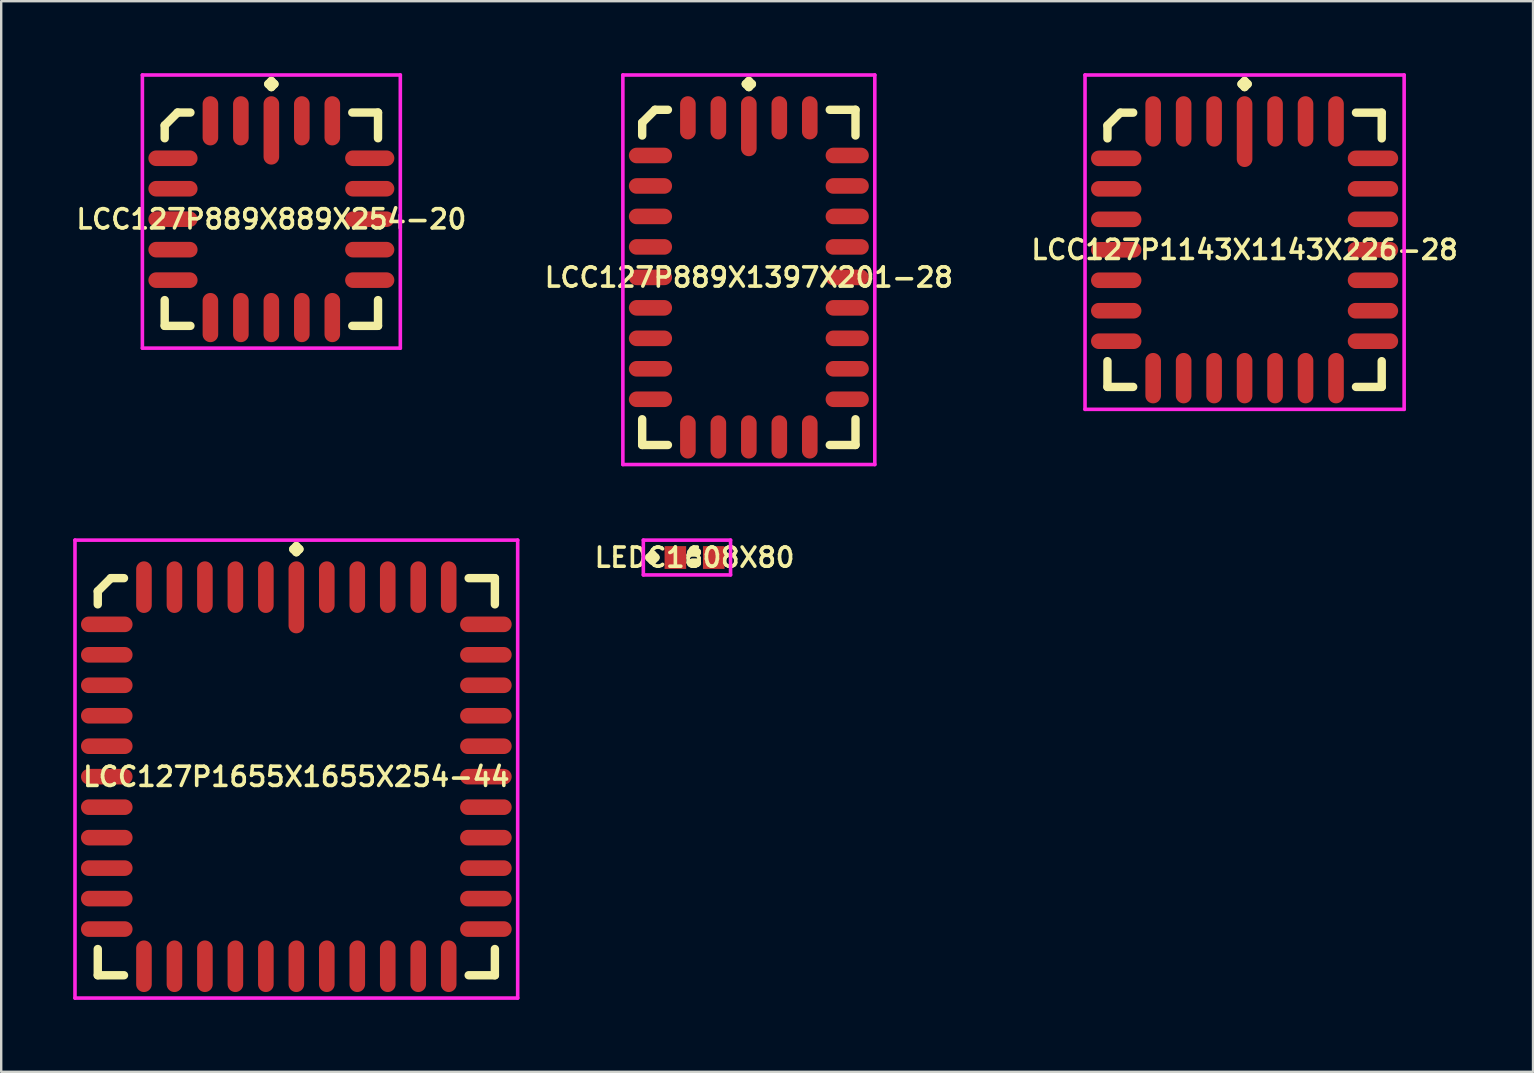
<source format=kicad_pcb>
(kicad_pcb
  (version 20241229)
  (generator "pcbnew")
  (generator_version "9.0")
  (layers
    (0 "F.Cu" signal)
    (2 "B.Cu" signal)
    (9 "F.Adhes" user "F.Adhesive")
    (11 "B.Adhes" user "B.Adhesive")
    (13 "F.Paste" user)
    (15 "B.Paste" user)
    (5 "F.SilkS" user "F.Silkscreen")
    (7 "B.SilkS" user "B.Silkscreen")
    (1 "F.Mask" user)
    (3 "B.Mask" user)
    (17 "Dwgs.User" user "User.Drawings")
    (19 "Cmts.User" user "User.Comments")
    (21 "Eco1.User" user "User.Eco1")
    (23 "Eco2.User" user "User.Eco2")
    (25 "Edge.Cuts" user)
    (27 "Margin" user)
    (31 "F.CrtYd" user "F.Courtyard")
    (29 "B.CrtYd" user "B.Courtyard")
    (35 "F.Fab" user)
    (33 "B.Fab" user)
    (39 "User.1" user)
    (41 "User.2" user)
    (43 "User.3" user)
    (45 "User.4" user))
  (footprint "LCC127P889X1397X201-28"
    (layer "F.Cu")
    (at 28.159 8.51)
    (property "Reference" "LCC127P889X1397X201-28" (at 0 0 0) (layer "F.SilkS") (effects (font (size 0.8 0.8) (thickness 0.15))))
    (attr through_hole)
    (fp_line (start -4.445 -6.449) (end -3.909 -6.985) (stroke (width 0.35) (type solid)) (layer "F.SilkS"))
    (fp_line (start -4.445 -5.913) (end -4.445 -6.449) (stroke (width 0.35) (type solid)) (layer "F.SilkS"))
    (fp_line (start -4.445 5.913) (end -4.445 6.985) (stroke (width 0.35) (type solid)) (layer "F.SilkS"))
    (fp_line (start -4.445 6.985) (end -3.373 6.985) (stroke (width 0.35) (type solid)) (layer "F.SilkS"))
    (fp_line (start -3.909 -6.985) (end -3.373 -6.985) (stroke (width 0.35) (type solid)) (layer "F.SilkS"))
    (fp_line (start -0.127 -8.058) (end 0 -8.185) (stroke (width 0.35) (type solid)) (layer "F.SilkS"))
    (fp_line (start 0 -8.185) (end 0.127 -8.058) (stroke (width 0.35) (type solid)) (layer "F.SilkS"))
    (fp_line (start 0 -7.931) (end -0.127 -8.058) (stroke (width 0.35) (type solid)) (layer "F.SilkS"))
    (fp_line (start 0.127 -8.058) (end 0 -7.931) (stroke (width 0.35) (type solid)) (layer "F.SilkS"))
    (fp_line (start 4.445 -6.985) (end 3.373 -6.985) (stroke (width 0.35) (type solid)) (layer "F.SilkS"))
    (fp_line (start 4.445 -5.913) (end 4.445 -6.985) (stroke (width 0.35) (type solid)) (layer "F.SilkS"))
    (fp_line (start 4.445 5.913) (end 4.445 6.985) (stroke (width 0.35) (type solid)) (layer "F.SilkS"))
    (fp_line (start 4.445 6.985) (end 3.373 6.985) (stroke (width 0.35) (type solid)) (layer "F.SilkS"))
    (fp_line (start -5.25 -8.435) (end 5.25 -8.435) (stroke (width 0.15) (type solid)) (layer "F.CrtYd"))
    (fp_line (start -5.25 7.8) (end -5.25 -8.435) (stroke (width 0.15) (type solid)) (layer "F.CrtYd"))
    (fp_line (start 5.25 -8.435) (end 5.25 7.8) (stroke (width 0.15) (type solid)) (layer "F.CrtYd"))
    (fp_line (start 5.25 7.8) (end -5.25 7.8) (stroke (width 0.15) (type solid)) (layer "F.CrtYd"))
    (pad "1" smd oval (at 0 -6.3) (size 0.65 2.5) (layers "F.Cu" "F.Mask" "F.Paste"))
    (pad "2" smd oval (at -1.27 -6.65) (size 0.65 1.8) (layers "F.Cu" "F.Mask" "F.Paste"))
    (pad "3" smd oval (at -2.54 -6.65) (size 0.65 1.8) (layers "F.Cu" "F.Mask" "F.Paste"))
    (pad "4" smd oval (at -4.1 -5.08) (size 1.8 0.65) (layers "F.Cu" "F.Mask" "F.Paste"))
    (pad "5" smd oval (at -4.1 -3.81) (size 1.8 0.65) (layers "F.Cu" "F.Mask" "F.Paste"))
    (pad "6" smd oval (at -4.1 -2.54) (size 1.8 0.65) (layers "F.Cu" "F.Mask" "F.Paste"))
    (pad "7" smd oval (at -4.1 -1.27) (size 1.8 0.65) (layers "F.Cu" "F.Mask" "F.Paste"))
    (pad "8" smd oval (at -4.1 0) (size 1.8 0.65) (layers "F.Cu" "F.Mask" "F.Paste"))
    (pad "9" smd oval (at -4.1 1.27) (size 1.8 0.65) (layers "F.Cu" "F.Mask" "F.Paste"))
    (pad "10" smd oval (at -4.1 2.54) (size 1.8 0.65) (layers "F.Cu" "F.Mask" "F.Paste"))
    (pad "11" smd oval (at -4.1 3.81) (size 1.8 0.65) (layers "F.Cu" "F.Mask" "F.Paste"))
    (pad "12" smd oval (at -4.1 5.08) (size 1.8 0.65) (layers "F.Cu" "F.Mask" "F.Paste"))
    (pad "13" smd oval (at -2.54 6.65) (size 0.65 1.8) (layers "F.Cu" "F.Mask" "F.Paste"))
    (pad "14" smd oval (at -1.27 6.65) (size 0.65 1.8) (layers "F.Cu" "F.Mask" "F.Paste"))
    (pad "15" smd oval (at 0 6.65) (size 0.65 1.8) (layers "F.Cu" "F.Mask" "F.Paste"))
    (pad "16" smd oval (at 1.27 6.65) (size 0.65 1.8) (layers "F.Cu" "F.Mask" "F.Paste"))
    (pad "17" smd oval (at 2.54 6.65) (size 0.65 1.8) (layers "F.Cu" "F.Mask" "F.Paste"))
    (pad "18" smd oval (at 4.1 5.08) (size 1.8 0.65) (layers "F.Cu" "F.Mask" "F.Paste"))
    (pad "19" smd oval (at 4.1 3.81) (size 1.8 0.65) (layers "F.Cu" "F.Mask" "F.Paste"))
    (pad "20" smd oval (at 4.1 2.54) (size 1.8 0.65) (layers "F.Cu" "F.Mask" "F.Paste"))
    (pad "21" smd oval (at 4.1 1.27) (size 1.8 0.65) (layers "F.Cu" "F.Mask" "F.Paste"))
    (pad "22" smd oval (at 4.1 0) (size 1.8 0.65) (layers "F.Cu" "F.Mask" "F.Paste"))
    (pad "23" smd oval (at 4.1 -1.27) (size 1.8 0.65) (layers "F.Cu" "F.Mask" "F.Paste"))
    (pad "24" smd oval (at 4.1 -2.54) (size 1.8 0.65) (layers "F.Cu" "F.Mask" "F.Paste"))
    (pad "25" smd oval (at 4.1 -3.81) (size 1.8 0.65) (layers "F.Cu" "F.Mask" "F.Paste"))
    (pad "26" smd oval (at 4.1 -5.08) (size 1.8 0.65) (layers "F.Cu" "F.Mask" "F.Paste"))
    (pad "27" smd oval (at 2.54 -6.65) (size 0.65 1.8) (layers "F.Cu" "F.Mask" "F.Paste"))
    (pad "28" smd oval (at 1.27 -6.65) (size 0.65 1.8) (layers "F.Cu" "F.Mask" "F.Paste")))
  (footprint "LEDC1608X80"
    (layer "F.Cu")
    (at 25.897 20.185)
    (property "Reference" "LEDC1608X80" (at 0 0 0) (layer "F.SilkS") (effects (font (size 0.8 0.8) (thickness 0.15))))
    (attr smd)
    (fp_line (start -1.885 0) (end -1.758 -0.127) (stroke (width 0.35) (type solid)) (layer "F.SilkS"))
    (fp_line (start -1.758 -0.127) (end -1.631 0) (stroke (width 0.35) (type solid)) (layer "F.SilkS"))
    (fp_line (start -1.758 0.127) (end -1.885 0) (stroke (width 0.35) (type solid)) (layer "F.SilkS"))
    (fp_line (start -1.631 0) (end -1.758 0.127) (stroke (width 0.35) (type solid)) (layer "F.SilkS"))
    (fp_line (start -0.096 -0.221) (end 0.096 -0.221) (stroke (width 0.35) (type solid)) (layer "F.SilkS"))
    (fp_line (start -0.096 0.221) (end 0.096 0.221) (stroke (width 0.35) (type solid)) (layer "F.SilkS"))
    (fp_line (start 0.096 -0.221) (end -0.096 -0.221) (stroke (width 0.35) (type solid)) (layer "F.SilkS"))
    (fp_line (start 0.096 0.221) (end -0.096 0.221) (stroke (width 0.35) (type solid)) (layer "F.SilkS"))
    (fp_line (start -2.135 -0.725) (end 1.5 -0.725) (stroke (width 0.15) (type solid)) (layer "F.CrtYd"))
    (fp_line (start -2.135 0.725) (end -2.135 -0.725) (stroke (width 0.15) (type solid)) (layer "F.CrtYd"))
    (fp_line (start 1.5 -0.725) (end 1.5 0.725) (stroke (width 0.15) (type solid)) (layer "F.CrtYd"))
    (fp_line (start 1.5 0.725) (end -2.135 0.725) (stroke (width 0.15) (type solid)) (layer "F.CrtYd"))
    (pad "1" smd rect (at -0.8 0) (size 0.9 0.95) (layers "F.Cu" "F.Mask" "F.Paste"))
    (pad "2" smd rect (at 0.8 0) (size 0.9 0.95) (layers "F.Cu" "F.Mask" "F.Paste")))
  (footprint "LCC127P1655X1655X254-44"
    (layer "F.Cu")
    (at 9.3 29.32)
    (property "Reference" "LCC127P1655X1655X254-44" (at 0 0 0) (layer "F.SilkS") (effects (font (size 0.8 0.8) (thickness 0.15))))
    (attr smd)
    (fp_line (start -8.275 -7.729) (end -7.729 -8.275) (stroke (width 0.35) (type solid)) (layer "F.SilkS"))
    (fp_line (start -8.275 -7.183) (end -8.275 -7.729) (stroke (width 0.35) (type solid)) (layer "F.SilkS"))
    (fp_line (start -8.275 7.183) (end -8.275 8.275) (stroke (width 0.35) (type solid)) (layer "F.SilkS"))
    (fp_line (start -8.275 8.275) (end -7.183 8.275) (stroke (width 0.35) (type solid)) (layer "F.SilkS"))
    (fp_line (start -7.729 -8.275) (end -7.183 -8.275) (stroke (width 0.35) (type solid)) (layer "F.SilkS"))
    (fp_line (start -0.127 -9.483) (end 0 -9.61) (stroke (width 0.35) (type solid)) (layer "F.SilkS"))
    (fp_line (start 0 -9.61) (end 0.127 -9.483) (stroke (width 0.35) (type solid)) (layer "F.SilkS"))
    (fp_line (start 0 -9.356) (end -0.127 -9.483) (stroke (width 0.35) (type solid)) (layer "F.SilkS"))
    (fp_line (start 0.127 -9.483) (end 0 -9.356) (stroke (width 0.35) (type solid)) (layer "F.SilkS"))
    (fp_line (start 8.275 -8.275) (end 7.183 -8.275) (stroke (width 0.35) (type solid)) (layer "F.SilkS"))
    (fp_line (start 8.275 -7.183) (end 8.275 -8.275) (stroke (width 0.35) (type solid)) (layer "F.SilkS"))
    (fp_line (start 8.275 7.183) (end 8.275 8.275) (stroke (width 0.35) (type solid)) (layer "F.SilkS"))
    (fp_line (start 8.275 8.275) (end 7.183 8.275) (stroke (width 0.35) (type solid)) (layer "F.SilkS"))
    (fp_line (start -9.225 -9.86) (end 9.225 -9.86) (stroke (width 0.15) (type solid)) (layer "F.CrtYd"))
    (fp_line (start -9.225 9.225) (end -9.225 -9.86) (stroke (width 0.15) (type solid)) (layer "F.CrtYd"))
    (fp_line (start 9.225 -9.86) (end 9.225 9.225) (stroke (width 0.15) (type solid)) (layer "F.CrtYd"))
    (fp_line (start 9.225 9.225) (end -9.225 9.225) (stroke (width 0.15) (type solid)) (layer "F.CrtYd"))
    (pad "1" smd oval (at 0 -7.475) (size 0.65 3) (layers "F.Cu" "F.Mask" "F.Paste"))
    (pad "2" smd oval (at -1.27 -7.9) (size 0.65 2.15) (layers "F.Cu" "F.Mask" "F.Paste"))
    (pad "3" smd oval (at -2.54 -7.9) (size 0.65 2.15) (layers "F.Cu" "F.Mask" "F.Paste"))
    (pad "4" smd oval (at -3.81 -7.9) (size 0.65 2.15) (layers "F.Cu" "F.Mask" "F.Paste"))
    (pad "5" smd oval (at -5.08 -7.9) (size 0.65 2.15) (layers "F.Cu" "F.Mask" "F.Paste"))
    (pad "6" smd oval (at -6.35 -7.9) (size 0.65 2.15) (layers "F.Cu" "F.Mask" "F.Paste"))
    (pad "7" smd oval (at -7.9 -6.35) (size 2.15 0.65) (layers "F.Cu" "F.Mask" "F.Paste"))
    (pad "8" smd oval (at -7.9 -5.08) (size 2.15 0.65) (layers "F.Cu" "F.Mask" "F.Paste"))
    (pad "9" smd oval (at -7.9 -3.81) (size 2.15 0.65) (layers "F.Cu" "F.Mask" "F.Paste"))
    (pad "10" smd oval (at -7.9 -2.54) (size 2.15 0.65) (layers "F.Cu" "F.Mask" "F.Paste"))
    (pad "11" smd oval (at -7.9 -1.27) (size 2.15 0.65) (layers "F.Cu" "F.Mask" "F.Paste"))
    (pad "12" smd oval (at -7.9 0) (size 2.15 0.65) (layers "F.Cu" "F.Mask" "F.Paste"))
    (pad "13" smd oval (at -7.9 1.27) (size 2.15 0.65) (layers "F.Cu" "F.Mask" "F.Paste"))
    (pad "14" smd oval (at -7.9 2.54) (size 2.15 0.65) (layers "F.Cu" "F.Mask" "F.Paste"))
    (pad "15" smd oval (at -7.9 3.81) (size 2.15 0.65) (layers "F.Cu" "F.Mask" "F.Paste"))
    (pad "16" smd oval (at -7.9 5.08) (size 2.15 0.65) (layers "F.Cu" "F.Mask" "F.Paste"))
    (pad "17" smd oval (at -7.9 6.35) (size 2.15 0.65) (layers "F.Cu" "F.Mask" "F.Paste"))
    (pad "18" smd oval (at -6.35 7.9) (size 0.65 2.15) (layers "F.Cu" "F.Mask" "F.Paste"))
    (pad "19" smd oval (at -5.08 7.9) (size 0.65 2.15) (layers "F.Cu" "F.Mask" "F.Paste"))
    (pad "20" smd oval (at -3.81 7.9) (size 0.65 2.15) (layers "F.Cu" "F.Mask" "F.Paste"))
    (pad "21" smd oval (at -2.54 7.9) (size 0.65 2.15) (layers "F.Cu" "F.Mask" "F.Paste"))
    (pad "22" smd oval (at -1.27 7.9) (size 0.65 2.15) (layers "F.Cu" "F.Mask" "F.Paste"))
    (pad "23" smd oval (at 0 7.9) (size 0.65 2.15) (layers "F.Cu" "F.Mask" "F.Paste"))
    (pad "24" smd oval (at 1.27 7.9) (size 0.65 2.15) (layers "F.Cu" "F.Mask" "F.Paste"))
    (pad "25" smd oval (at 2.54 7.9) (size 0.65 2.15) (layers "F.Cu" "F.Mask" "F.Paste"))
    (pad "26" smd oval (at 3.81 7.9) (size 0.65 2.15) (layers "F.Cu" "F.Mask" "F.Paste"))
    (pad "27" smd oval (at 5.08 7.9) (size 0.65 2.15) (layers "F.Cu" "F.Mask" "F.Paste"))
    (pad "28" smd oval (at 6.35 7.9) (size 0.65 2.15) (layers "F.Cu" "F.Mask" "F.Paste"))
    (pad "29" smd oval (at 7.9 6.35) (size 2.15 0.65) (layers "F.Cu" "F.Mask" "F.Paste"))
    (pad "30" smd oval (at 7.9 5.08) (size 2.15 0.65) (layers "F.Cu" "F.Mask" "F.Paste"))
    (pad "31" smd oval (at 7.9 3.81) (size 2.15 0.65) (layers "F.Cu" "F.Mask" "F.Paste"))
    (pad "32" smd oval (at 7.9 2.54) (size 2.15 0.65) (layers "F.Cu" "F.Mask" "F.Paste"))
    (pad "33" smd oval (at 7.9 1.27) (size 2.15 0.65) (layers "F.Cu" "F.Mask" "F.Paste"))
    (pad "34" smd oval (at 7.9 0) (size 2.15 0.65) (layers "F.Cu" "F.Mask" "F.Paste"))
    (pad "35" smd oval (at 7.9 -1.27) (size 2.15 0.65) (layers "F.Cu" "F.Mask" "F.Paste"))
    (pad "36" smd oval (at 7.9 -2.54) (size 2.15 0.65) (layers "F.Cu" "F.Mask" "F.Paste"))
    (pad "37" smd oval (at 7.9 -3.81) (size 2.15 0.65) (layers "F.Cu" "F.Mask" "F.Paste"))
    (pad "38" smd oval (at 7.9 -5.08) (size 2.15 0.65) (layers "F.Cu" "F.Mask" "F.Paste"))
    (pad "39" smd oval (at 7.9 -6.35) (size 2.15 0.65) (layers "F.Cu" "F.Mask" "F.Paste"))
    (pad "40" smd oval (at 6.35 -7.9) (size 0.65 2.15) (layers "F.Cu" "F.Mask" "F.Paste"))
    (pad "41" smd oval (at 5.08 -7.9) (size 0.65 2.15) (layers "F.Cu" "F.Mask" "F.Paste"))
    (pad "42" smd oval (at 3.81 -7.9) (size 0.65 2.15) (layers "F.Cu" "F.Mask" "F.Paste"))
    (pad "43" smd oval (at 2.54 -7.9) (size 0.65 2.15) (layers "F.Cu" "F.Mask" "F.Paste"))
    (pad "44" smd oval (at 1.27 -7.9) (size 0.65 2.15) (layers "F.Cu" "F.Mask" "F.Paste")))
  (footprint "LCC127P1143X1143X226-28"
    (layer "F.Cu")
    (at 48.82 7.36)
    (property "Reference" "LCC127P1143X1143X226-28" (at 0 0 0) (layer "F.SilkS") (effects (font (size 0.8 0.8) (thickness 0.15))))
    (attr smd)
    (fp_line (start -5.715 -5.179) (end -5.179 -5.715) (stroke (width 0.35) (type solid)) (layer "F.SilkS"))
    (fp_line (start -5.715 -4.643) (end -5.715 -5.179) (stroke (width 0.35) (type solid)) (layer "F.SilkS"))
    (fp_line (start -5.715 4.643) (end -5.715 5.715) (stroke (width 0.35) (type solid)) (layer "F.SilkS"))
    (fp_line (start -5.715 5.715) (end -4.643 5.715) (stroke (width 0.35) (type solid)) (layer "F.SilkS"))
    (fp_line (start -5.179 -5.715) (end -4.643 -5.715) (stroke (width 0.35) (type solid)) (layer "F.SilkS"))
    (fp_line (start -0.127 -6.908) (end 0 -7.035) (stroke (width 0.35) (type solid)) (layer "F.SilkS"))
    (fp_line (start 0 -7.035) (end 0.127 -6.908) (stroke (width 0.35) (type solid)) (layer "F.SilkS"))
    (fp_line (start 0 -6.781) (end -0.127 -6.908) (stroke (width 0.35) (type solid)) (layer "F.SilkS"))
    (fp_line (start 0.127 -6.908) (end 0 -6.781) (stroke (width 0.35) (type solid)) (layer "F.SilkS"))
    (fp_line (start 5.715 -5.715) (end 4.643 -5.715) (stroke (width 0.35) (type solid)) (layer "F.SilkS"))
    (fp_line (start 5.715 -4.643) (end 5.715 -5.715) (stroke (width 0.35) (type solid)) (layer "F.SilkS"))
    (fp_line (start 5.715 4.643) (end 5.715 5.715) (stroke (width 0.35) (type solid)) (layer "F.SilkS"))
    (fp_line (start 5.715 5.715) (end 4.643 5.715) (stroke (width 0.35) (type solid)) (layer "F.SilkS"))
    (fp_line (start -6.65 -7.285) (end 6.65 -7.285) (stroke (width 0.15) (type solid)) (layer "F.CrtYd"))
    (fp_line (start -6.65 6.65) (end -6.65 -7.285) (stroke (width 0.15) (type solid)) (layer "F.CrtYd"))
    (fp_line (start 6.65 -7.285) (end 6.65 6.65) (stroke (width 0.15) (type solid)) (layer "F.CrtYd"))
    (fp_line (start 6.65 6.65) (end -6.65 6.65) (stroke (width 0.15) (type solid)) (layer "F.CrtYd"))
    (pad "1" smd oval (at 0 -4.925) (size 0.65 2.95) (layers "F.Cu" "F.Mask" "F.Paste"))
    (pad "2" smd oval (at -1.27 -5.35) (size 0.65 2.1) (layers "F.Cu" "F.Mask" "F.Paste"))
    (pad "3" smd oval (at -2.54 -5.35) (size 0.65 2.1) (layers "F.Cu" "F.Mask" "F.Paste"))
    (pad "4" smd oval (at -3.81 -5.35) (size 0.65 2.1) (layers "F.Cu" "F.Mask" "F.Paste"))
    (pad "5" smd oval (at -5.35 -3.81) (size 2.1 0.65) (layers "F.Cu" "F.Mask" "F.Paste"))
    (pad "6" smd oval (at -5.35 -2.54) (size 2.1 0.65) (layers "F.Cu" "F.Mask" "F.Paste"))
    (pad "7" smd oval (at -5.35 -1.27) (size 2.1 0.65) (layers "F.Cu" "F.Mask" "F.Paste"))
    (pad "8" smd oval (at -5.35 0) (size 2.1 0.65) (layers "F.Cu" "F.Mask" "F.Paste"))
    (pad "9" smd oval (at -5.35 1.27) (size 2.1 0.65) (layers "F.Cu" "F.Mask" "F.Paste"))
    (pad "10" smd oval (at -5.35 2.54) (size 2.1 0.65) (layers "F.Cu" "F.Mask" "F.Paste"))
    (pad "11" smd oval (at -5.35 3.81) (size 2.1 0.65) (layers "F.Cu" "F.Mask" "F.Paste"))
    (pad "12" smd oval (at -3.81 5.35) (size 0.65 2.1) (layers "F.Cu" "F.Mask" "F.Paste"))
    (pad "13" smd oval (at -2.54 5.35) (size 0.65 2.1) (layers "F.Cu" "F.Mask" "F.Paste"))
    (pad "14" smd oval (at -1.27 5.35) (size 0.65 2.1) (layers "F.Cu" "F.Mask" "F.Paste"))
    (pad "15" smd oval (at 0 5.35) (size 0.65 2.1) (layers "F.Cu" "F.Mask" "F.Paste"))
    (pad "16" smd oval (at 1.27 5.35) (size 0.65 2.1) (layers "F.Cu" "F.Mask" "F.Paste"))
    (pad "17" smd oval (at 2.54 5.35) (size 0.65 2.1) (layers "F.Cu" "F.Mask" "F.Paste"))
    (pad "18" smd oval (at 3.81 5.35) (size 0.65 2.1) (layers "F.Cu" "F.Mask" "F.Paste"))
    (pad "19" smd oval (at 5.35 3.81) (size 2.1 0.65) (layers "F.Cu" "F.Mask" "F.Paste"))
    (pad "20" smd oval (at 5.35 2.54) (size 2.1 0.65) (layers "F.Cu" "F.Mask" "F.Paste"))
    (pad "21" smd oval (at 5.35 1.27) (size 2.1 0.65) (layers "F.Cu" "F.Mask" "F.Paste"))
    (pad "22" smd oval (at 5.35 0) (size 2.1 0.65) (layers "F.Cu" "F.Mask" "F.Paste"))
    (pad "23" smd oval (at 5.35 -1.27) (size 2.1 0.65) (layers "F.Cu" "F.Mask" "F.Paste"))
    (pad "24" smd oval (at 5.35 -2.54) (size 2.1 0.65) (layers "F.Cu" "F.Mask" "F.Paste"))
    (pad "25" smd oval (at 5.35 -3.81) (size 2.1 0.65) (layers "F.Cu" "F.Mask" "F.Paste"))
    (pad "26" smd oval (at 3.81 -5.35) (size 0.65 2.1) (layers "F.Cu" "F.Mask" "F.Paste"))
    (pad "27" smd oval (at 2.54 -5.35) (size 0.65 2.1) (layers "F.Cu" "F.Mask" "F.Paste"))
    (pad "28" smd oval (at 1.27 -5.35) (size 0.65 2.1) (layers "F.Cu" "F.Mask" "F.Paste")))
  (footprint "LCC127P889X889X254-20"
    (layer "F.Cu")
    (at 8.259 6.085)
    (property "Reference" "LCC127P889X889X254-20" (at 0 0 0) (layer "F.SilkS") (effects (font (size 0.8 0.8) (thickness 0.15))))
    (attr smd)
    (fp_line (start -4.445 -3.909) (end -3.909 -4.445) (stroke (width 0.35) (type solid)) (layer "F.SilkS"))
    (fp_line (start -4.445 -3.373) (end -4.445 -3.909) (stroke (width 0.35) (type solid)) (layer "F.SilkS"))
    (fp_line (start -4.445 3.373) (end -4.445 4.445) (stroke (width 0.35) (type solid)) (layer "F.SilkS"))
    (fp_line (start -4.445 4.445) (end -3.373 4.445) (stroke (width 0.35) (type solid)) (layer "F.SilkS"))
    (fp_line (start -3.909 -4.445) (end -3.373 -4.445) (stroke (width 0.35) (type solid)) (layer "F.SilkS"))
    (fp_line (start -0.127 -5.633) (end 0 -5.76) (stroke (width 0.35) (type solid)) (layer "F.SilkS"))
    (fp_line (start 0 -5.76) (end 0.127 -5.633) (stroke (width 0.35) (type solid)) (layer "F.SilkS"))
    (fp_line (start 0 -5.506) (end -0.127 -5.633) (stroke (width 0.35) (type solid)) (layer "F.SilkS"))
    (fp_line (start 0.127 -5.633) (end 0 -5.506) (stroke (width 0.35) (type solid)) (layer "F.SilkS"))
    (fp_line (start 4.445 -4.445) (end 3.373 -4.445) (stroke (width 0.35) (type solid)) (layer "F.SilkS"))
    (fp_line (start 4.445 -3.373) (end 4.445 -4.445) (stroke (width 0.35) (type solid)) (layer "F.SilkS"))
    (fp_line (start 4.445 3.373) (end 4.445 4.445) (stroke (width 0.35) (type solid)) (layer "F.SilkS"))
    (fp_line (start 4.445 4.445) (end 3.373 4.445) (stroke (width 0.35) (type solid)) (layer "F.SilkS"))
    (fp_line (start -5.375 -6.01) (end 5.375 -6.01) (stroke (width 0.15) (type solid)) (layer "F.CrtYd"))
    (fp_line (start -5.375 5.375) (end -5.375 -6.01) (stroke (width 0.15) (type solid)) (layer "F.CrtYd"))
    (fp_line (start 5.375 -6.01) (end 5.375 5.375) (stroke (width 0.15) (type solid)) (layer "F.CrtYd"))
    (fp_line (start 5.375 5.375) (end -5.375 5.375) (stroke (width 0.15) (type solid)) (layer "F.CrtYd"))
    (pad "1" smd oval (at 0 -3.7) (size 0.65 2.85) (layers "F.Cu" "F.Mask" "F.Paste"))
    (pad "2" smd oval (at -1.27 -4.1) (size 0.65 2.05) (layers "F.Cu" "F.Mask" "F.Paste"))
    (pad "3" smd oval (at -2.54 -4.1) (size 0.65 2.05) (layers "F.Cu" "F.Mask" "F.Paste"))
    (pad "4" smd oval (at -4.1 -2.54) (size 2.05 0.65) (layers "F.Cu" "F.Mask" "F.Paste"))
    (pad "5" smd oval (at -4.1 -1.27) (size 2.05 0.65) (layers "F.Cu" "F.Mask" "F.Paste"))
    (pad "6" smd oval (at -4.1 0) (size 2.05 0.65) (layers "F.Cu" "F.Mask" "F.Paste"))
    (pad "7" smd oval (at -4.1 1.27) (size 2.05 0.65) (layers "F.Cu" "F.Mask" "F.Paste"))
    (pad "8" smd oval (at -4.1 2.54) (size 2.05 0.65) (layers "F.Cu" "F.Mask" "F.Paste"))
    (pad "9" smd oval (at -2.54 4.1) (size 0.65 2.05) (layers "F.Cu" "F.Mask" "F.Paste"))
    (pad "10" smd oval (at -1.27 4.1) (size 0.65 2.05) (layers "F.Cu" "F.Mask" "F.Paste"))
    (pad "11" smd oval (at 0 4.1) (size 0.65 2.05) (layers "F.Cu" "F.Mask" "F.Paste"))
    (pad "12" smd oval (at 1.27 4.1) (size 0.65 2.05) (layers "F.Cu" "F.Mask" "F.Paste"))
    (pad "13" smd oval (at 2.54 4.1) (size 0.65 2.05) (layers "F.Cu" "F.Mask" "F.Paste"))
    (pad "14" smd oval (at 4.1 2.54) (size 2.05 0.65) (layers "F.Cu" "F.Mask" "F.Paste"))
    (pad "15" smd oval (at 4.1 1.27) (size 2.05 0.65) (layers "F.Cu" "F.Mask" "F.Paste"))
    (pad "16" smd oval (at 4.1 0) (size 2.05 0.65) (layers "F.Cu" "F.Mask" "F.Paste"))
    (pad "17" smd oval (at 4.1 -1.27) (size 2.05 0.65) (layers "F.Cu" "F.Mask" "F.Paste"))
    (pad "18" smd oval (at 4.1 -2.54) (size 2.05 0.65) (layers "F.Cu" "F.Mask" "F.Paste"))
    (pad "19" smd oval (at 2.54 -4.1) (size 0.65 2.05) (layers "F.Cu" "F.Mask" "F.Paste"))
    (pad "20" smd oval (at 1.27 -4.1) (size 0.65 2.05) (layers "F.Cu" "F.Mask" "F.Paste")))
  (gr_rect
    (start -3 -3)
    (end 60.841 41.62)
    (stroke (width 0.1) (type default))
    (fill no)
    (layer "Edge.Cuts")))
</source>
